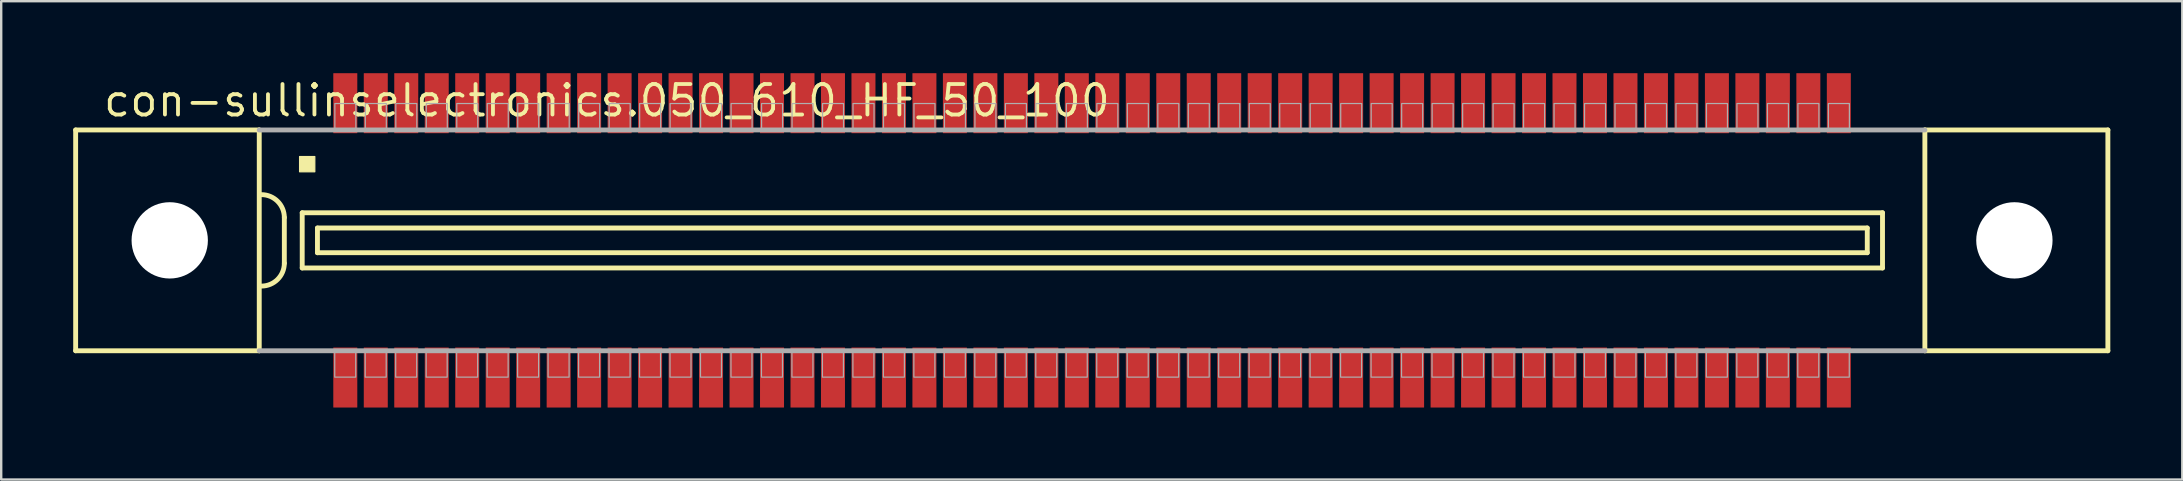
<source format=kicad_pcb>
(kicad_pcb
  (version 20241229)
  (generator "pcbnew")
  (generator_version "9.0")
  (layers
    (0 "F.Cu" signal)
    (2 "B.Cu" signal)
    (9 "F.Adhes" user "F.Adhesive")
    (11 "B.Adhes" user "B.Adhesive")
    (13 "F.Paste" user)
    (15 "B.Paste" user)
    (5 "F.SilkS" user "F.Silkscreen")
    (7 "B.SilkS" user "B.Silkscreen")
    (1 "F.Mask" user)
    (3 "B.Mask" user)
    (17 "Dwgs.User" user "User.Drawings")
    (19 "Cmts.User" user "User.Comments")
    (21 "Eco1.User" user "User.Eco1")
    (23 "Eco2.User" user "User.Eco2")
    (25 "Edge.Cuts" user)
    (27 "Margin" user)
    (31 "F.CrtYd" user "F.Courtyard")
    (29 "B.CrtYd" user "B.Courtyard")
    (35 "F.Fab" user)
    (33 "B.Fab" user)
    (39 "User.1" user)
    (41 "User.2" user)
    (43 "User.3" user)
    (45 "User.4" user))
  (footprint "con-sullinselectronics.050_610_HF_50_100"
    (layer "F.Cu")
    (at 42.452 6.965)
    (property "Reference" "con-sullinselectronics.050_610_HF_50_100" (at -41.275 -5.08 0) (layer "F.SilkS") (effects (font (size 1.27 1.27) (thickness 0.16)) (justify left bottom)))
    (attr smd)
    (fp_line (start -42.35 -4.6) (end -42.35 4.6) (stroke (width 0.203) (type default)) (layer "F.SilkS"))
    (fp_line (start -42.35 4.6) (end -34.7 4.6) (stroke (width 0.203) (type default)) (layer "F.SilkS"))
    (fp_line (start -34.7 -4.6) (end -42.35 -4.6) (stroke (width 0.203) (type default)) (layer "F.SilkS"))
    (fp_line (start -34.7 -4.6) (end -34.7 4.6) (stroke (width 0.203) (type default)) (layer "F.SilkS"))
    (fp_line (start -33.655 -0.953) (end -33.655 0.953) (stroke (width 0.203) (type default)) (layer "F.SilkS"))
    (fp_line (start -32.91 -1.15) (end -32.91 1.15) (stroke (width 0.203) (type default)) (layer "F.SilkS"))
    (fp_line (start -32.91 1.15) (end 32.935 1.15) (stroke (width 0.203) (type default)) (layer "F.SilkS"))
    (fp_line (start -32.275 -0.515) (end -32.275 0.515) (stroke (width 0.203) (type default)) (layer "F.SilkS"))
    (fp_line (start -32.275 0.515) (end 32.3 0.515) (stroke (width 0.203) (type default)) (layer "F.SilkS"))
    (fp_line (start 32.3 -0.515) (end -32.275 -0.515) (stroke (width 0.203) (type default)) (layer "F.SilkS"))
    (fp_line (start 32.3 0.515) (end 32.3 -0.515) (stroke (width 0.203) (type default)) (layer "F.SilkS"))
    (fp_line (start 32.935 -1.15) (end -32.91 -1.15) (stroke (width 0.203) (type default)) (layer "F.SilkS"))
    (fp_line (start 32.935 1.15) (end 32.935 -1.15) (stroke (width 0.203) (type default)) (layer "F.SilkS"))
    (fp_line (start 34.7 4.6) (end 34.7 -4.6) (stroke (width 0.203) (type default)) (layer "F.SilkS"))
    (fp_line (start 34.7 4.6) (end 42.325 4.6) (stroke (width 0.203) (type default)) (layer "F.SilkS"))
    (fp_line (start 42.325 -4.6) (end 34.7 -4.6) (stroke (width 0.203) (type default)) (layer "F.SilkS"))
    (fp_line (start 42.325 4.6) (end 42.325 -4.6) (stroke (width 0.203) (type default)) (layer "F.SilkS"))
    (fp_rect (start -33.02 -2.857) (end -32.385 -3.493) (stroke (width 0.05) (type default)) (fill yes) (layer "F.SilkS"))
    (fp_arc (start -34.6075 -1.905) (mid -33.933981 -1.626019) (end -33.655 -0.9525) (stroke (width 0.2032) (type default)) (layer "F.SilkS"))
    (fp_arc (start -33.655 0.9525) (mid -33.93401 1.62599) (end -34.6075 1.905) (stroke (width 0.2032) (type default)) (layer "F.SilkS"))
    (fp_line (start -34.7 4.6) (end 34.7 4.6) (stroke (width 0.203) (type default)) (layer "F.Fab"))
    (fp_line (start 34.7 -4.6) (end -34.7 -4.6) (stroke (width 0.203) (type default)) (layer "F.Fab"))
    (fp_rect (start -31.555 5.7) (end -30.68 4.65) (stroke (width 0.05) (type default)) (fill no) (layer "F.Fab"))
    (fp_rect (start -31.55 -4.65) (end -30.675 -5.7) (stroke (width 0.05) (type default)) (fill no) (layer "F.Fab"))
    (fp_rect (start -30.285 5.7) (end -29.41 4.65) (stroke (width 0.05) (type default)) (fill no) (layer "F.Fab"))
    (fp_rect (start -30.28 -4.65) (end -29.405 -5.7) (stroke (width 0.05) (type default)) (fill no) (layer "F.Fab"))
    (fp_rect (start -29.015 5.7) (end -28.14 4.65) (stroke (width 0.05) (type default)) (fill no) (layer "F.Fab"))
    (fp_rect (start -29.01 -4.65) (end -28.135 -5.7) (stroke (width 0.05) (type default)) (fill no) (layer "F.Fab"))
    (fp_rect (start -27.745 5.7) (end -26.87 4.65) (stroke (width 0.05) (type default)) (fill no) (layer "F.Fab"))
    (fp_rect (start -27.74 -4.65) (end -26.865 -5.7) (stroke (width 0.05) (type default)) (fill no) (layer "F.Fab"))
    (fp_rect (start -26.475 5.7) (end -25.6 4.65) (stroke (width 0.05) (type default)) (fill no) (layer "F.Fab"))
    (fp_rect (start -26.47 -4.65) (end -25.595 -5.7) (stroke (width 0.05) (type default)) (fill no) (layer "F.Fab"))
    (fp_rect (start -25.205 5.7) (end -24.33 4.65) (stroke (width 0.05) (type default)) (fill no) (layer "F.Fab"))
    (fp_rect (start -25.2 -4.65) (end -24.325 -5.7) (stroke (width 0.05) (type default)) (fill no) (layer "F.Fab"))
    (fp_rect (start -23.935 5.7) (end -23.06 4.65) (stroke (width 0.05) (type default)) (fill no) (layer "F.Fab"))
    (fp_rect (start -23.93 -4.65) (end -23.055 -5.7) (stroke (width 0.05) (type default)) (fill no) (layer "F.Fab"))
    (fp_rect (start -22.665 5.7) (end -21.79 4.65) (stroke (width 0.05) (type default)) (fill no) (layer "F.Fab"))
    (fp_rect (start -22.66 -4.65) (end -21.785 -5.7) (stroke (width 0.05) (type default)) (fill no) (layer "F.Fab"))
    (fp_rect (start -21.395 5.7) (end -20.52 4.65) (stroke (width 0.05) (type default)) (fill no) (layer "F.Fab"))
    (fp_rect (start -21.39 -4.65) (end -20.515 -5.7) (stroke (width 0.05) (type default)) (fill no) (layer "F.Fab"))
    (fp_rect (start -20.125 5.7) (end -19.25 4.65) (stroke (width 0.05) (type default)) (fill no) (layer "F.Fab"))
    (fp_rect (start -20.12 -4.65) (end -19.245 -5.7) (stroke (width 0.05) (type default)) (fill no) (layer "F.Fab"))
    (fp_rect (start -18.855 5.7) (end -17.98 4.65) (stroke (width 0.05) (type default)) (fill no) (layer "F.Fab"))
    (fp_rect (start -18.85 -4.65) (end -17.975 -5.7) (stroke (width 0.05) (type default)) (fill no) (layer "F.Fab"))
    (fp_rect (start -17.585 5.7) (end -16.71 4.65) (stroke (width 0.05) (type default)) (fill no) (layer "F.Fab"))
    (fp_rect (start -17.58 -4.65) (end -16.705 -5.7) (stroke (width 0.05) (type default)) (fill no) (layer "F.Fab"))
    (fp_rect (start -16.315 5.7) (end -15.44 4.65) (stroke (width 0.05) (type default)) (fill no) (layer "F.Fab"))
    (fp_rect (start -16.31 -4.65) (end -15.435 -5.7) (stroke (width 0.05) (type default)) (fill no) (layer "F.Fab"))
    (fp_rect (start -15.045 5.7) (end -14.17 4.65) (stroke (width 0.05) (type default)) (fill no) (layer "F.Fab"))
    (fp_rect (start -15.04 -4.65) (end -14.165 -5.7) (stroke (width 0.05) (type default)) (fill no) (layer "F.Fab"))
    (fp_rect (start -13.775 5.7) (end -12.9 4.65) (stroke (width 0.05) (type default)) (fill no) (layer "F.Fab"))
    (fp_rect (start -13.77 -4.65) (end -12.895 -5.7) (stroke (width 0.05) (type default)) (fill no) (layer "F.Fab"))
    (fp_rect (start -12.505 5.7) (end -11.63 4.65) (stroke (width 0.05) (type default)) (fill no) (layer "F.Fab"))
    (fp_rect (start -12.5 -4.65) (end -11.625 -5.7) (stroke (width 0.05) (type default)) (fill no) (layer "F.Fab"))
    (fp_rect (start -11.235 5.7) (end -10.36 4.65) (stroke (width 0.05) (type default)) (fill no) (layer "F.Fab"))
    (fp_rect (start -11.23 -4.65) (end -10.355 -5.7) (stroke (width 0.05) (type default)) (fill no) (layer "F.Fab"))
    (fp_rect (start -9.965 5.7) (end -9.09 4.65) (stroke (width 0.05) (type default)) (fill no) (layer "F.Fab"))
    (fp_rect (start -9.96 -4.65) (end -9.085 -5.7) (stroke (width 0.05) (type default)) (fill no) (layer "F.Fab"))
    (fp_rect (start -8.695 5.7) (end -7.82 4.65) (stroke (width 0.05) (type default)) (fill no) (layer "F.Fab"))
    (fp_rect (start -8.69 -4.65) (end -7.815 -5.7) (stroke (width 0.05) (type default)) (fill no) (layer "F.Fab"))
    (fp_rect (start -7.425 5.7) (end -6.55 4.65) (stroke (width 0.05) (type default)) (fill no) (layer "F.Fab"))
    (fp_rect (start -7.42 -4.65) (end -6.545 -5.7) (stroke (width 0.05) (type default)) (fill no) (layer "F.Fab"))
    (fp_rect (start -6.155 5.7) (end -5.28 4.65) (stroke (width 0.05) (type default)) (fill no) (layer "F.Fab"))
    (fp_rect (start -6.15 -4.65) (end -5.275 -5.7) (stroke (width 0.05) (type default)) (fill no) (layer "F.Fab"))
    (fp_rect (start -4.885 5.7) (end -4.01 4.65) (stroke (width 0.05) (type default)) (fill no) (layer "F.Fab"))
    (fp_rect (start -4.88 -4.65) (end -4.005 -5.7) (stroke (width 0.05) (type default)) (fill no) (layer "F.Fab"))
    (fp_rect (start -3.615 5.7) (end -2.74 4.65) (stroke (width 0.05) (type default)) (fill no) (layer "F.Fab"))
    (fp_rect (start -3.61 -4.65) (end -2.735 -5.7) (stroke (width 0.05) (type default)) (fill no) (layer "F.Fab"))
    (fp_rect (start -2.345 5.7) (end -1.47 4.65) (stroke (width 0.05) (type default)) (fill no) (layer "F.Fab"))
    (fp_rect (start -2.34 -4.65) (end -1.465 -5.7) (stroke (width 0.05) (type default)) (fill no) (layer "F.Fab"))
    (fp_rect (start -1.075 5.7) (end -0.2 4.65) (stroke (width 0.05) (type default)) (fill no) (layer "F.Fab"))
    (fp_rect (start -1.07 -4.65) (end -0.195 -5.7) (stroke (width 0.05) (type default)) (fill no) (layer "F.Fab"))
    (fp_rect (start 0.195 5.7) (end 1.07 4.65) (stroke (width 0.05) (type default)) (fill no) (layer "F.Fab"))
    (fp_rect (start 0.2 -4.65) (end 1.075 -5.7) (stroke (width 0.05) (type default)) (fill no) (layer "F.Fab"))
    (fp_rect (start 1.465 5.7) (end 2.34 4.65) (stroke (width 0.05) (type default)) (fill no) (layer "F.Fab"))
    (fp_rect (start 1.47 -4.65) (end 2.345 -5.7) (stroke (width 0.05) (type default)) (fill no) (layer "F.Fab"))
    (fp_rect (start 2.735 5.7) (end 3.61 4.65) (stroke (width 0.05) (type default)) (fill no) (layer "F.Fab"))
    (fp_rect (start 2.74 -4.65) (end 3.615 -5.7) (stroke (width 0.05) (type default)) (fill no) (layer "F.Fab"))
    (fp_rect (start 4.005 5.7) (end 4.88 4.65) (stroke (width 0.05) (type default)) (fill no) (layer "F.Fab"))
    (fp_rect (start 4.01 -4.65) (end 4.885 -5.7) (stroke (width 0.05) (type default)) (fill no) (layer "F.Fab"))
    (fp_rect (start 5.275 5.7) (end 6.15 4.65) (stroke (width 0.05) (type default)) (fill no) (layer "F.Fab"))
    (fp_rect (start 5.28 -4.65) (end 6.155 -5.7) (stroke (width 0.05) (type default)) (fill no) (layer "F.Fab"))
    (fp_rect (start 6.545 5.7) (end 7.42 4.65) (stroke (width 0.05) (type default)) (fill no) (layer "F.Fab"))
    (fp_rect (start 6.55 -4.65) (end 7.425 -5.7) (stroke (width 0.05) (type default)) (fill no) (layer "F.Fab"))
    (fp_rect (start 7.815 5.7) (end 8.69 4.65) (stroke (width 0.05) (type default)) (fill no) (layer "F.Fab"))
    (fp_rect (start 7.82 -4.65) (end 8.695 -5.7) (stroke (width 0.05) (type default)) (fill no) (layer "F.Fab"))
    (fp_rect (start 9.085 5.7) (end 9.96 4.65) (stroke (width 0.05) (type default)) (fill no) (layer "F.Fab"))
    (fp_rect (start 9.09 -4.65) (end 9.965 -5.7) (stroke (width 0.05) (type default)) (fill no) (layer "F.Fab"))
    (fp_rect (start 10.355 5.7) (end 11.23 4.65) (stroke (width 0.05) (type default)) (fill no) (layer "F.Fab"))
    (fp_rect (start 10.36 -4.65) (end 11.235 -5.7) (stroke (width 0.05) (type default)) (fill no) (layer "F.Fab"))
    (fp_rect (start 11.625 5.7) (end 12.5 4.65) (stroke (width 0.05) (type default)) (fill no) (layer "F.Fab"))
    (fp_rect (start 11.63 -4.65) (end 12.505 -5.7) (stroke (width 0.05) (type default)) (fill no) (layer "F.Fab"))
    (fp_rect (start 12.895 5.7) (end 13.77 4.65) (stroke (width 0.05) (type default)) (fill no) (layer "F.Fab"))
    (fp_rect (start 12.9 -4.65) (end 13.775 -5.7) (stroke (width 0.05) (type default)) (fill no) (layer "F.Fab"))
    (fp_rect (start 14.165 5.7) (end 15.04 4.65) (stroke (width 0.05) (type default)) (fill no) (layer "F.Fab"))
    (fp_rect (start 14.17 -4.65) (end 15.045 -5.7) (stroke (width 0.05) (type default)) (fill no) (layer "F.Fab"))
    (fp_rect (start 15.435 5.7) (end 16.31 4.65) (stroke (width 0.05) (type default)) (fill no) (layer "F.Fab"))
    (fp_rect (start 15.44 -4.65) (end 16.315 -5.7) (stroke (width 0.05) (type default)) (fill no) (layer "F.Fab"))
    (fp_rect (start 16.705 5.7) (end 17.58 4.65) (stroke (width 0.05) (type default)) (fill no) (layer "F.Fab"))
    (fp_rect (start 16.71 -4.65) (end 17.585 -5.7) (stroke (width 0.05) (type default)) (fill no) (layer "F.Fab"))
    (fp_rect (start 17.975 5.7) (end 18.85 4.65) (stroke (width 0.05) (type default)) (fill no) (layer "F.Fab"))
    (fp_rect (start 17.98 -4.65) (end 18.855 -5.7) (stroke (width 0.05) (type default)) (fill no) (layer "F.Fab"))
    (fp_rect (start 19.245 5.7) (end 20.12 4.65) (stroke (width 0.05) (type default)) (fill no) (layer "F.Fab"))
    (fp_rect (start 19.25 -4.65) (end 20.125 -5.7) (stroke (width 0.05) (type default)) (fill no) (layer "F.Fab"))
    (fp_rect (start 20.515 5.7) (end 21.39 4.65) (stroke (width 0.05) (type default)) (fill no) (layer "F.Fab"))
    (fp_rect (start 20.52 -4.65) (end 21.395 -5.7) (stroke (width 0.05) (type default)) (fill no) (layer "F.Fab"))
    (fp_rect (start 21.785 5.7) (end 22.66 4.65) (stroke (width 0.05) (type default)) (fill no) (layer "F.Fab"))
    (fp_rect (start 21.79 -4.65) (end 22.665 -5.7) (stroke (width 0.05) (type default)) (fill no) (layer "F.Fab"))
    (fp_rect (start 23.055 5.7) (end 23.93 4.65) (stroke (width 0.05) (type default)) (fill no) (layer "F.Fab"))
    (fp_rect (start 23.06 -4.65) (end 23.935 -5.7) (stroke (width 0.05) (type default)) (fill no) (layer "F.Fab"))
    (fp_rect (start 24.325 5.7) (end 25.2 4.65) (stroke (width 0.05) (type default)) (fill no) (layer "F.Fab"))
    (fp_rect (start 24.33 -4.65) (end 25.205 -5.7) (stroke (width 0.05) (type default)) (fill no) (layer "F.Fab"))
    (fp_rect (start 25.595 5.7) (end 26.47 4.65) (stroke (width 0.05) (type default)) (fill no) (layer "F.Fab"))
    (fp_rect (start 25.6 -4.65) (end 26.475 -5.7) (stroke (width 0.05) (type default)) (fill no) (layer "F.Fab"))
    (fp_rect (start 26.865 5.7) (end 27.74 4.65) (stroke (width 0.05) (type default)) (fill no) (layer "F.Fab"))
    (fp_rect (start 26.87 -4.65) (end 27.745 -5.7) (stroke (width 0.05) (type default)) (fill no) (layer "F.Fab"))
    (fp_rect (start 28.135 5.7) (end 29.01 4.65) (stroke (width 0.05) (type default)) (fill no) (layer "F.Fab"))
    (fp_rect (start 28.14 -4.65) (end 29.015 -5.7) (stroke (width 0.05) (type default)) (fill no) (layer "F.Fab"))
    (fp_rect (start 29.405 5.7) (end 30.28 4.65) (stroke (width 0.05) (type default)) (fill no) (layer "F.Fab"))
    (fp_rect (start 29.41 -4.65) (end 30.285 -5.7) (stroke (width 0.05) (type default)) (fill no) (layer "F.Fab"))
    (fp_rect (start 30.675 5.7) (end 31.55 4.65) (stroke (width 0.05) (type default)) (fill no) (layer "F.Fab"))
    (fp_rect (start 30.68 -4.65) (end 31.555 -5.7) (stroke (width 0.05) (type default)) (fill no) (layer "F.Fab"))
    (pad "" np_thru_hole circle (at -38.43 0) (size 3.18 3.18) (drill 3.18) (layers "*.Cu" "*.Mask"))
    (pad "" np_thru_hole circle (at 38.43 0) (size 3.18 3.18) (drill 3.18) (layers "*.Cu" "*.Mask"))
    (pad "1" smd roundrect (at -31.115 -5.715) (size 1 2.5) (layers "F.Cu" "F.Mask" "F.Paste") (roundrect_rratio 0.01))
    (pad "2" smd roundrect (at -29.845 -5.715) (size 1 2.5) (layers "F.Cu" "F.Mask" "F.Paste") (roundrect_rratio 0.01))
    (pad "3" smd roundrect (at -28.575 -5.715) (size 1 2.5) (layers "F.Cu" "F.Mask" "F.Paste") (roundrect_rratio 0.01))
    (pad "4" smd roundrect (at -27.305 -5.715) (size 1 2.5) (layers "F.Cu" "F.Mask" "F.Paste") (roundrect_rratio 0.01))
    (pad "5" smd roundrect (at -26.035 -5.715) (size 1 2.5) (layers "F.Cu" "F.Mask" "F.Paste") (roundrect_rratio 0.01))
    (pad "6" smd roundrect (at -24.765 -5.715) (size 1 2.5) (layers "F.Cu" "F.Mask" "F.Paste") (roundrect_rratio 0.01))
    (pad "7" smd roundrect (at -23.495 -5.715) (size 1 2.5) (layers "F.Cu" "F.Mask" "F.Paste") (roundrect_rratio 0.01))
    (pad "8" smd roundrect (at -22.225 -5.715) (size 1 2.5) (layers "F.Cu" "F.Mask" "F.Paste") (roundrect_rratio 0.01))
    (pad "9" smd roundrect (at -20.955 -5.715) (size 1 2.5) (layers "F.Cu" "F.Mask" "F.Paste") (roundrect_rratio 0.01))
    (pad "10" smd roundrect (at -19.685 -5.715) (size 1 2.5) (layers "F.Cu" "F.Mask" "F.Paste") (roundrect_rratio 0.01))
    (pad "11" smd roundrect (at -18.415 -5.715 180) (size 1 2.5) (layers "F.Cu" "F.Mask" "F.Paste") (roundrect_rratio 0.01))
    (pad "12" smd roundrect (at -17.145 -5.715 180) (size 1 2.5) (layers "F.Cu" "F.Mask" "F.Paste") (roundrect_rratio 0.01))
    (pad "13" smd roundrect (at -15.875 -5.715 180) (size 1 2.5) (layers "F.Cu" "F.Mask" "F.Paste") (roundrect_rratio 0.01))
    (pad "14" smd roundrect (at -14.605 -5.715 180) (size 1 2.5) (layers "F.Cu" "F.Mask" "F.Paste") (roundrect_rratio 0.01))
    (pad "15" smd roundrect (at -13.335 -5.715 180) (size 1 2.5) (layers "F.Cu" "F.Mask" "F.Paste") (roundrect_rratio 0.01))
    (pad "16" smd roundrect (at -12.065 -5.715 180) (size 1 2.5) (layers "F.Cu" "F.Mask" "F.Paste") (roundrect_rratio 0.01))
    (pad "17" smd roundrect (at -10.795 -5.715 180) (size 1 2.5) (layers "F.Cu" "F.Mask" "F.Paste") (roundrect_rratio 0.01))
    (pad "18" smd roundrect (at -9.525 -5.715 180) (size 1 2.5) (layers "F.Cu" "F.Mask" "F.Paste") (roundrect_rratio 0.01))
    (pad "19" smd roundrect (at -8.255 -5.715 180) (size 1 2.5) (layers "F.Cu" "F.Mask" "F.Paste") (roundrect_rratio 0.01))
    (pad "20" smd roundrect (at -6.985 -5.715 180) (size 1 2.5) (layers "F.Cu" "F.Mask" "F.Paste") (roundrect_rratio 0.01))
    (pad "21" smd roundrect (at -5.715 -5.715 180) (size 1 2.5) (layers "F.Cu" "F.Mask" "F.Paste") (roundrect_rratio 0.01))
    (pad "22" smd roundrect (at -4.445 -5.715 180) (size 1 2.5) (layers "F.Cu" "F.Mask" "F.Paste") (roundrect_rratio 0.01))
    (pad "23" smd roundrect (at -3.175 -5.715 180) (size 1 2.5) (layers "F.Cu" "F.Mask" "F.Paste") (roundrect_rratio 0.01))
    (pad "24" smd roundrect (at -1.905 -5.715 180) (size 1 2.5) (layers "F.Cu" "F.Mask" "F.Paste") (roundrect_rratio 0.01))
    (pad "25" smd roundrect (at -0.635 -5.715 180) (size 1 2.5) (layers "F.Cu" "F.Mask" "F.Paste") (roundrect_rratio 0.01))
    (pad "26" smd roundrect (at 0.635 -5.715 180) (size 1 2.5) (layers "F.Cu" "F.Mask" "F.Paste") (roundrect_rratio 0.01))
    (pad "27" smd roundrect (at 1.905 -5.715 180) (size 1 2.5) (layers "F.Cu" "F.Mask" "F.Paste") (roundrect_rratio 0.01))
    (pad "28" smd roundrect (at 3.175 -5.715 180) (size 1 2.5) (layers "F.Cu" "F.Mask" "F.Paste") (roundrect_rratio 0.01))
    (pad "29" smd roundrect (at 4.445 -5.715 180) (size 1 2.5) (layers "F.Cu" "F.Mask" "F.Paste") (roundrect_rratio 0.01))
    (pad "30" smd roundrect (at 5.715 -5.715 180) (size 1 2.5) (layers "F.Cu" "F.Mask" "F.Paste") (roundrect_rratio 0.01))
    (pad "31" smd roundrect (at 6.985 -5.715 180) (size 1 2.5) (layers "F.Cu" "F.Mask" "F.Paste") (roundrect_rratio 0.01))
    (pad "32" smd roundrect (at 8.255 -5.715 180) (size 1 2.5) (layers "F.Cu" "F.Mask" "F.Paste") (roundrect_rratio 0.01))
    (pad "33" smd roundrect (at 9.525 -5.715 180) (size 1 2.5) (layers "F.Cu" "F.Mask" "F.Paste") (roundrect_rratio 0.01))
    (pad "34" smd roundrect (at 10.795 -5.715 180) (size 1 2.5) (layers "F.Cu" "F.Mask" "F.Paste") (roundrect_rratio 0.01))
    (pad "35" smd roundrect (at 12.065 -5.715 180) (size 1 2.5) (layers "F.Cu" "F.Mask" "F.Paste") (roundrect_rratio 0.01))
    (pad "36" smd roundrect (at 13.335 -5.715 180) (size 1 2.5) (layers "F.Cu" "F.Mask" "F.Paste") (roundrect_rratio 0.01))
    (pad "37" smd roundrect (at 14.605 -5.715 180) (size 1 2.5) (layers "F.Cu" "F.Mask" "F.Paste") (roundrect_rratio 0.01))
    (pad "38" smd roundrect (at 15.875 -5.715 180) (size 1 2.5) (layers "F.Cu" "F.Mask" "F.Paste") (roundrect_rratio 0.01))
    (pad "39" smd roundrect (at 17.145 -5.715 180) (size 1 2.5) (layers "F.Cu" "F.Mask" "F.Paste") (roundrect_rratio 0.01))
    (pad "40" smd roundrect (at 18.415 -5.715 180) (size 1 2.5) (layers "F.Cu" "F.Mask" "F.Paste") (roundrect_rratio 0.01))
    (pad "41" smd roundrect (at 19.685 -5.715 180) (size 1 2.5) (layers "F.Cu" "F.Mask" "F.Paste") (roundrect_rratio 0.01))
    (pad "42" smd roundrect (at 20.955 -5.715 180) (size 1 2.5) (layers "F.Cu" "F.Mask" "F.Paste") (roundrect_rratio 0.01))
    (pad "43" smd roundrect (at 22.225 -5.715 180) (size 1 2.5) (layers "F.Cu" "F.Mask" "F.Paste") (roundrect_rratio 0.01))
    (pad "44" smd roundrect (at 23.495 -5.715 180) (size 1 2.5) (layers "F.Cu" "F.Mask" "F.Paste") (roundrect_rratio 0.01))
    (pad "45" smd roundrect (at 24.765 -5.715 180) (size 1 2.5) (layers "F.Cu" "F.Mask" "F.Paste") (roundrect_rratio 0.01))
    (pad "46" smd roundrect (at 26.035 -5.715 180) (size 1 2.5) (layers "F.Cu" "F.Mask" "F.Paste") (roundrect_rratio 0.01))
    (pad "47" smd roundrect (at 27.305 -5.715 180) (size 1 2.5) (layers "F.Cu" "F.Mask" "F.Paste") (roundrect_rratio 0.01))
    (pad "48" smd roundrect (at 28.575 -5.715 180) (size 1 2.5) (layers "F.Cu" "F.Mask" "F.Paste") (roundrect_rratio 0.01))
    (pad "49" smd roundrect (at 29.845 -5.715 180) (size 1 2.5) (layers "F.Cu" "F.Mask" "F.Paste") (roundrect_rratio 0.01))
    (pad "50" smd roundrect (at 31.115 -5.715 180) (size 1 2.5) (layers "F.Cu" "F.Mask" "F.Paste") (roundrect_rratio 0.01))
    (pad "51" smd roundrect (at -31.115 5.715) (size 1 2.5) (layers "F.Cu" "F.Mask" "F.Paste") (roundrect_rratio 0.01))
    (pad "52" smd roundrect (at -29.845 5.715) (size 1 2.5) (layers "F.Cu" "F.Mask" "F.Paste") (roundrect_rratio 0.01))
    (pad "53" smd roundrect (at -28.575 5.715) (size 1 2.5) (layers "F.Cu" "F.Mask" "F.Paste") (roundrect_rratio 0.01))
    (pad "54" smd roundrect (at -27.305 5.715) (size 1 2.5) (layers "F.Cu" "F.Mask" "F.Paste") (roundrect_rratio 0.01))
    (pad "55" smd roundrect (at -26.035 5.715) (size 1 2.5) (layers "F.Cu" "F.Mask" "F.Paste") (roundrect_rratio 0.01))
    (pad "56" smd roundrect (at -24.765 5.715) (size 1 2.5) (layers "F.Cu" "F.Mask" "F.Paste") (roundrect_rratio 0.01))
    (pad "57" smd roundrect (at -23.495 5.715) (size 1 2.5) (layers "F.Cu" "F.Mask" "F.Paste") (roundrect_rratio 0.01))
    (pad "58" smd roundrect (at -22.225 5.715) (size 1 2.5) (layers "F.Cu" "F.Mask" "F.Paste") (roundrect_rratio 0.01))
    (pad "59" smd roundrect (at -20.955 5.715) (size 1 2.5) (layers "F.Cu" "F.Mask" "F.Paste") (roundrect_rratio 0.01))
    (pad "60" smd roundrect (at -19.685 5.715) (size 1 2.5) (layers "F.Cu" "F.Mask" "F.Paste") (roundrect_rratio 0.01))
    (pad "61" smd roundrect (at -18.415 5.715) (size 1 2.5) (layers "F.Cu" "F.Mask" "F.Paste") (roundrect_rratio 0.01))
    (pad "62" smd roundrect (at -17.145 5.715) (size 1 2.5) (layers "F.Cu" "F.Mask" "F.Paste") (roundrect_rratio 0.01))
    (pad "63" smd roundrect (at -15.875 5.715) (size 1 2.5) (layers "F.Cu" "F.Mask" "F.Paste") (roundrect_rratio 0.01))
    (pad "64" smd roundrect (at -14.605 5.715) (size 1 2.5) (layers "F.Cu" "F.Mask" "F.Paste") (roundrect_rratio 0.01))
    (pad "65" smd roundrect (at -13.335 5.715) (size 1 2.5) (layers "F.Cu" "F.Mask" "F.Paste") (roundrect_rratio 0.01))
    (pad "66" smd roundrect (at -12.065 5.715) (size 1 2.5) (layers "F.Cu" "F.Mask" "F.Paste") (roundrect_rratio 0.01))
    (pad "67" smd roundrect (at -10.795 5.715) (size 1 2.5) (layers "F.Cu" "F.Mask" "F.Paste") (roundrect_rratio 0.01))
    (pad "68" smd roundrect (at -9.525 5.715) (size 1 2.5) (layers "F.Cu" "F.Mask" "F.Paste") (roundrect_rratio 0.01))
    (pad "69" smd roundrect (at -8.255 5.715) (size 1 2.5) (layers "F.Cu" "F.Mask" "F.Paste") (roundrect_rratio 0.01))
    (pad "70" smd roundrect (at -6.985 5.715) (size 1 2.5) (layers "F.Cu" "F.Mask" "F.Paste") (roundrect_rratio 0.01))
    (pad "71" smd roundrect (at -5.715 5.715) (size 1 2.5) (layers "F.Cu" "F.Mask" "F.Paste") (roundrect_rratio 0.01))
    (pad "72" smd roundrect (at -4.445 5.715) (size 1 2.5) (layers "F.Cu" "F.Mask" "F.Paste") (roundrect_rratio 0.01))
    (pad "73" smd roundrect (at -3.175 5.715) (size 1 2.5) (layers "F.Cu" "F.Mask" "F.Paste") (roundrect_rratio 0.01))
    (pad "74" smd roundrect (at -1.905 5.715) (size 1 2.5) (layers "F.Cu" "F.Mask" "F.Paste") (roundrect_rratio 0.01))
    (pad "75" smd roundrect (at -0.635 5.715) (size 1 2.5) (layers "F.Cu" "F.Mask" "F.Paste") (roundrect_rratio 0.01))
    (pad "76" smd roundrect (at 0.635 5.715) (size 1 2.5) (layers "F.Cu" "F.Mask" "F.Paste") (roundrect_rratio 0.01))
    (pad "77" smd roundrect (at 1.905 5.715) (size 1 2.5) (layers "F.Cu" "F.Mask" "F.Paste") (roundrect_rratio 0.01))
    (pad "78" smd roundrect (at 3.175 5.715) (size 1 2.5) (layers "F.Cu" "F.Mask" "F.Paste") (roundrect_rratio 0.01))
    (pad "79" smd roundrect (at 4.445 5.715) (size 1 2.5) (layers "F.Cu" "F.Mask" "F.Paste") (roundrect_rratio 0.01))
    (pad "80" smd roundrect (at 5.715 5.715) (size 1 2.5) (layers "F.Cu" "F.Mask" "F.Paste") (roundrect_rratio 0.01))
    (pad "81" smd roundrect (at 6.985 5.715) (size 1 2.5) (layers "F.Cu" "F.Mask" "F.Paste") (roundrect_rratio 0.01))
    (pad "82" smd roundrect (at 8.255 5.715) (size 1 2.5) (layers "F.Cu" "F.Mask" "F.Paste") (roundrect_rratio 0.01))
    (pad "83" smd roundrect (at 9.525 5.715) (size 1 2.5) (layers "F.Cu" "F.Mask" "F.Paste") (roundrect_rratio 0.01))
    (pad "84" smd roundrect (at 10.795 5.715) (size 1 2.5) (layers "F.Cu" "F.Mask" "F.Paste") (roundrect_rratio 0.01))
    (pad "85" smd roundrect (at 12.065 5.715) (size 1 2.5) (layers "F.Cu" "F.Mask" "F.Paste") (roundrect_rratio 0.01))
    (pad "86" smd roundrect (at 13.335 5.715) (size 1 2.5) (layers "F.Cu" "F.Mask" "F.Paste") (roundrect_rratio 0.01))
    (pad "87" smd roundrect (at 14.605 5.715) (size 1 2.5) (layers "F.Cu" "F.Mask" "F.Paste") (roundrect_rratio 0.01))
    (pad "88" smd roundrect (at 15.875 5.715) (size 1 2.5) (layers "F.Cu" "F.Mask" "F.Paste") (roundrect_rratio 0.01))
    (pad "89" smd roundrect (at 17.145 5.715) (size 1 2.5) (layers "F.Cu" "F.Mask" "F.Paste") (roundrect_rratio 0.01))
    (pad "90" smd roundrect (at 18.415 5.715) (size 1 2.5) (layers "F.Cu" "F.Mask" "F.Paste") (roundrect_rratio 0.01))
    (pad "91" smd roundrect (at 19.685 5.715) (size 1 2.5) (layers "F.Cu" "F.Mask" "F.Paste") (roundrect_rratio 0.01))
    (pad "92" smd roundrect (at 20.955 5.715) (size 1 2.5) (layers "F.Cu" "F.Mask" "F.Paste") (roundrect_rratio 0.01))
    (pad "93" smd roundrect (at 22.225 5.715) (size 1 2.5) (layers "F.Cu" "F.Mask" "F.Paste") (roundrect_rratio 0.01))
    (pad "94" smd roundrect (at 23.495 5.715) (size 1 2.5) (layers "F.Cu" "F.Mask" "F.Paste") (roundrect_rratio 0.01))
    (pad "95" smd roundrect (at 24.765 5.715) (size 1 2.5) (layers "F.Cu" "F.Mask" "F.Paste") (roundrect_rratio 0.01))
    (pad "96" smd roundrect (at 26.035 5.715) (size 1 2.5) (layers "F.Cu" "F.Mask" "F.Paste") (roundrect_rratio 0.01))
    (pad "97" smd roundrect (at 27.305 5.715) (size 1 2.5) (layers "F.Cu" "F.Mask" "F.Paste") (roundrect_rratio 0.01))
    (pad "98" smd roundrect (at 28.575 5.715) (size 1 2.5) (layers "F.Cu" "F.Mask" "F.Paste") (roundrect_rratio 0.01))
    (pad "99" smd roundrect (at 29.845 5.715) (size 1 2.5) (layers "F.Cu" "F.Mask" "F.Paste") (roundrect_rratio 0.01))
    (pad "100" smd roundrect (at 31.115 5.715) (size 1 2.5) (layers "F.Cu" "F.Mask" "F.Paste") (roundrect_rratio 0.01)))
  (gr_rect
    (start -3 -3)
    (end 87.878 16.93)
    (stroke (width 0.1) (type default))
    (fill no)
    (layer "Edge.Cuts")))
</source>
